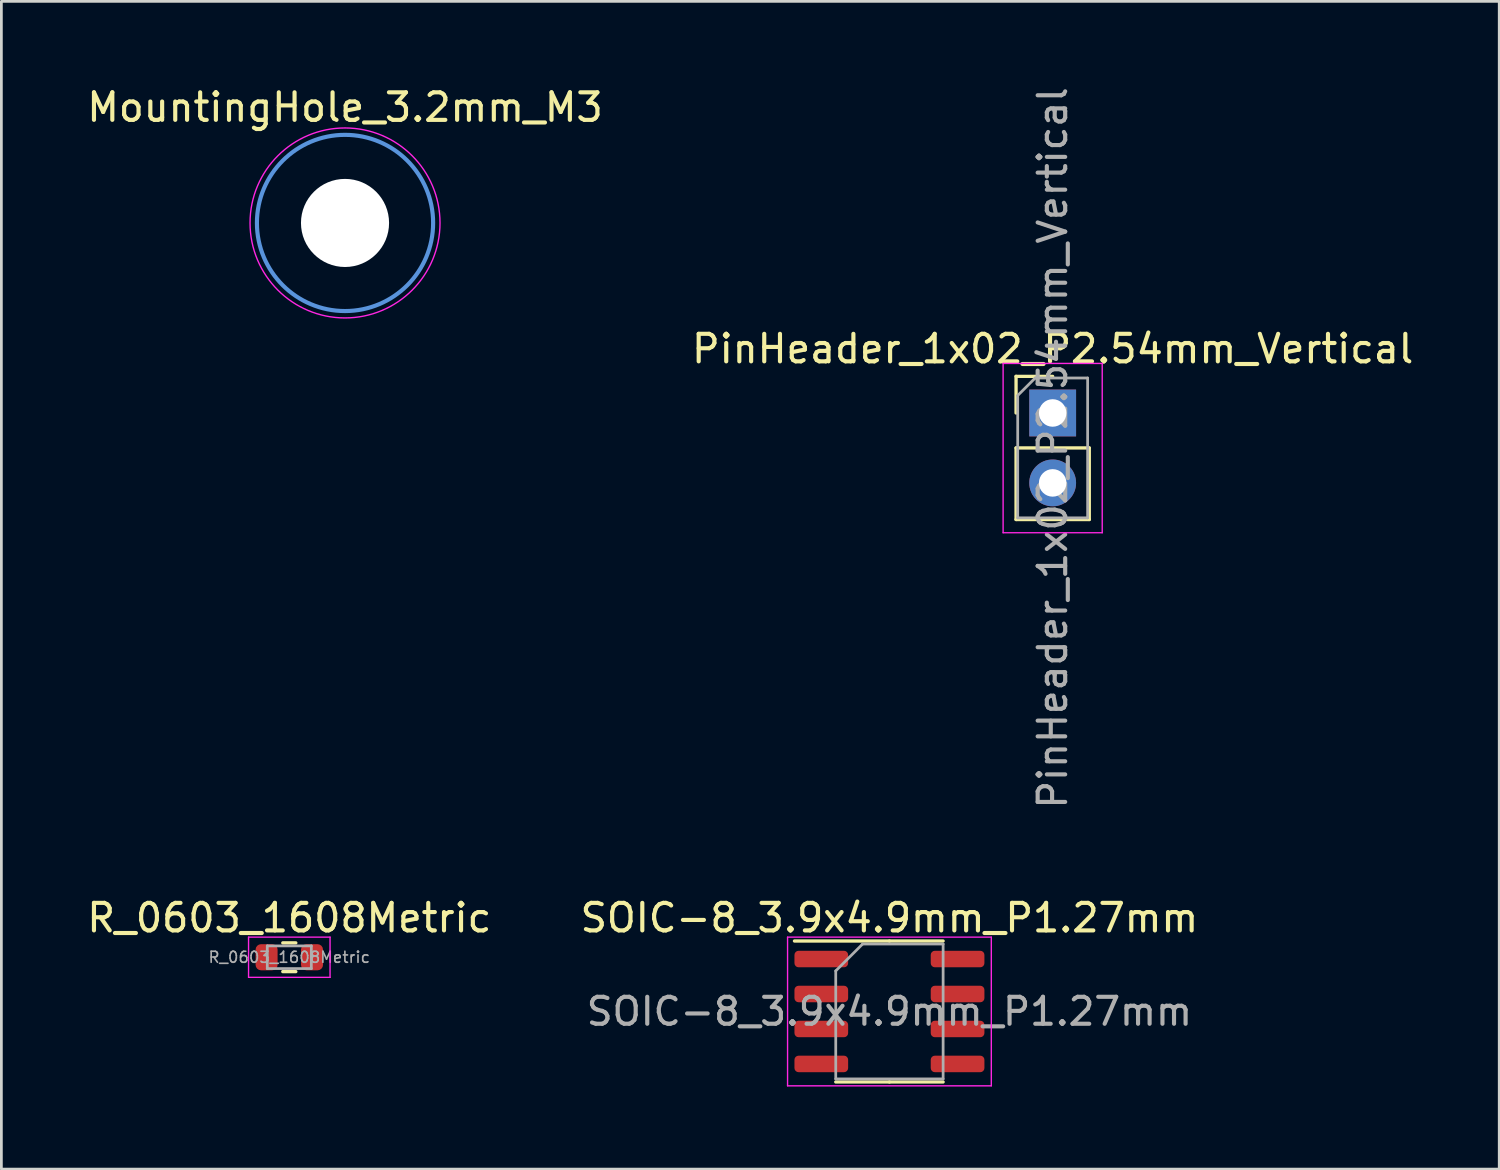
<source format=kicad_pcb>
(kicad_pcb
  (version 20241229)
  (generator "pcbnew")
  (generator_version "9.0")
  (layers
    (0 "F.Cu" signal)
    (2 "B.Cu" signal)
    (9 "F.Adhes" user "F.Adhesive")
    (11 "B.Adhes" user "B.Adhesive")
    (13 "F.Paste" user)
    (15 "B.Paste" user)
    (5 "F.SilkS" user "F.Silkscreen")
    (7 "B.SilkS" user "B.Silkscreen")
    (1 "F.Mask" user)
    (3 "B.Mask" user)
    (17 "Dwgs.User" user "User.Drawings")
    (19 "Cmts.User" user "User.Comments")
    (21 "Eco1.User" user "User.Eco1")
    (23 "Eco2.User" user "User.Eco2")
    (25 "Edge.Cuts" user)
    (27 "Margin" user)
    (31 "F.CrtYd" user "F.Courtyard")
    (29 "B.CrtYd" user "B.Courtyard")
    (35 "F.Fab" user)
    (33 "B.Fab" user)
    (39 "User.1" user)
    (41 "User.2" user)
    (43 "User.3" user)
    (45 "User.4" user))
  (footprint "MountingHole_3.2mm_M3"
    (layer "F.Cu")
    (at 9.482 5.048)
    (property "Reference" "MountingHole_3.2mm_M3" (at 0 -4.2 0) (layer "F.SilkS") (effects (font (size 1 1) (thickness 0.15))))
    (attr exclude_from_pos_files exclude_from_bom)
    (fp_circle (center 0 0) (end 3.2 0) (stroke (width 0.15) (type solid)) (fill no) (layer "Cmts.User"))
    (fp_circle (center 0 0) (end 3.45 0) (stroke (width 0.05) (type solid)) (fill no) (layer "F.CrtYd"))
    (pad "" np_thru_hole circle (at 0 0) (size 3.2 3.2) (drill 3.2) (layers "*.Cu" "*.Mask")))
  (footprint "PinHeader_1x02_P2.54mm_Vertical"
    (layer "F.Cu")
    (at 35.185 11.95)
    (property "Reference" "PinHeader_1x02_P2.54mm_Vertical" (at 0 -2.33 180) (layer "F.SilkS") (effects (font (size 1 1) (thickness 0.15))))
    (attr through_hole)
    (fp_line (start -1.33 -1.33) (end 0 -1.33) (stroke (width 0.12) (type solid)) (layer "F.SilkS"))
    (fp_line (start -1.33 0) (end -1.33 -1.33) (stroke (width 0.12) (type solid)) (layer "F.SilkS"))
    (fp_line (start -1.33 1.27) (end -1.33 3.87) (stroke (width 0.12) (type solid)) (layer "F.SilkS"))
    (fp_line (start -1.33 1.27) (end 1.33 1.27) (stroke (width 0.12) (type solid)) (layer "F.SilkS"))
    (fp_line (start -1.33 3.87) (end 1.33 3.87) (stroke (width 0.12) (type solid)) (layer "F.SilkS"))
    (fp_line (start 1.33 1.27) (end 1.33 3.87) (stroke (width 0.12) (type solid)) (layer "F.SilkS"))
    (fp_line (start -1.8 -1.8) (end -1.8 4.35) (stroke (width 0.05) (type solid)) (layer "F.CrtYd"))
    (fp_line (start -1.8 4.35) (end 1.8 4.35) (stroke (width 0.05) (type solid)) (layer "F.CrtYd"))
    (fp_line (start 1.8 -1.8) (end -1.8 -1.8) (stroke (width 0.05) (type solid)) (layer "F.CrtYd"))
    (fp_line (start 1.8 4.35) (end 1.8 -1.8) (stroke (width 0.05) (type solid)) (layer "F.CrtYd"))
    (fp_line (start -1.27 -0.635) (end -0.635 -1.27) (stroke (width 0.1) (type solid)) (layer "F.Fab"))
    (fp_line (start -1.27 3.81) (end -1.27 -0.635) (stroke (width 0.1) (type solid)) (layer "F.Fab"))
    (fp_line (start -0.635 -1.27) (end 1.27 -1.27) (stroke (width 0.1) (type solid)) (layer "F.Fab"))
    (fp_line (start 1.27 -1.27) (end 1.27 3.81) (stroke (width 0.1) (type solid)) (layer "F.Fab"))
    (fp_line (start 1.27 3.81) (end -1.27 3.81) (stroke (width 0.1) (type solid)) (layer "F.Fab"))
    (fp_text user "${REFERENCE}" (at 0 1.27 270) (layer "F.Fab") (effects (font (size 1 1) (thickness 0.15))))
    (pad "1" thru_hole rect (at 0 0) (size 1.7 1.7) (drill 1) (layers "*.Cu" "*.Mask"))
    (pad "2" thru_hole oval (at 0 2.54) (size 1.7 1.7) (drill 1) (layers "*.Cu" "*.Mask")))
  (footprint "R_0603_1608Metric"
    (layer "F.Cu")
    (at 7.458 31.719)
    (property "Reference" "R_0603_1608Metric" (at 0 -1.43 180) (layer "F.SilkS") (effects (font (size 1 1) (thickness 0.15))))
    (attr smd)
    (fp_line (start -0.237 -0.522) (end 0.237 -0.522) (stroke (width 0.12) (type solid)) (layer "F.SilkS"))
    (fp_line (start -0.237 0.522) (end 0.237 0.522) (stroke (width 0.12) (type solid)) (layer "F.SilkS"))
    (fp_line (start -1.48 -0.73) (end 1.48 -0.73) (stroke (width 0.05) (type solid)) (layer "F.CrtYd"))
    (fp_line (start -1.48 0.73) (end -1.48 -0.73) (stroke (width 0.05) (type solid)) (layer "F.CrtYd"))
    (fp_line (start 1.48 -0.73) (end 1.48 0.73) (stroke (width 0.05) (type solid)) (layer "F.CrtYd"))
    (fp_line (start 1.48 0.73) (end -1.48 0.73) (stroke (width 0.05) (type solid)) (layer "F.CrtYd"))
    (fp_line (start -0.8 -0.412) (end 0.8 -0.412) (stroke (width 0.1) (type solid)) (layer "F.Fab"))
    (fp_line (start -0.8 0.412) (end -0.8 -0.412) (stroke (width 0.1) (type solid)) (layer "F.Fab"))
    (fp_line (start 0.8 -0.412) (end 0.8 0.412) (stroke (width 0.1) (type solid)) (layer "F.Fab"))
    (fp_line (start 0.8 0.412) (end -0.8 0.412) (stroke (width 0.1) (type solid)) (layer "F.Fab"))
    (fp_text user "${REFERENCE}" (at 0 0 180) (layer "F.Fab") (effects (font (size 0.4 0.4) (thickness 0.06))))
    (pad "1" smd roundrect (at -0.825 0) (size 0.8 0.95) (layers "F.Cu" "F.Mask" "F.Paste") (roundrect_rratio 0.25))
    (pad "2" smd roundrect (at 0.825 0) (size 0.8 0.95) (layers "F.Cu" "F.Mask" "F.Paste") (roundrect_rratio 0.25)))
  (footprint "SOIC-8_3.9x4.9mm_P1.27mm"
    (layer "F.Cu")
    (at 29.256 33.689)
    (property "Reference" "SOIC-8_3.9x4.9mm_P1.27mm" (at 0 -3.4 180) (layer "F.SilkS") (effects (font (size 1 1) (thickness 0.15))))
    (attr smd)
    (fp_line (start 0 -2.56) (end -3.45 -2.56) (stroke (width 0.12) (type solid)) (layer "F.SilkS"))
    (fp_line (start 0 -2.56) (end 1.95 -2.56) (stroke (width 0.12) (type solid)) (layer "F.SilkS"))
    (fp_line (start 0 2.56) (end -1.95 2.56) (stroke (width 0.12) (type solid)) (layer "F.SilkS"))
    (fp_line (start 0 2.56) (end 1.95 2.56) (stroke (width 0.12) (type solid)) (layer "F.SilkS"))
    (fp_line (start -3.7 -2.7) (end -3.7 2.7) (stroke (width 0.05) (type solid)) (layer "F.CrtYd"))
    (fp_line (start -3.7 2.7) (end 3.7 2.7) (stroke (width 0.05) (type solid)) (layer "F.CrtYd"))
    (fp_line (start 3.7 -2.7) (end -3.7 -2.7) (stroke (width 0.05) (type solid)) (layer "F.CrtYd"))
    (fp_line (start 3.7 2.7) (end 3.7 -2.7) (stroke (width 0.05) (type solid)) (layer "F.CrtYd"))
    (fp_line (start -1.95 -1.475) (end -0.975 -2.45) (stroke (width 0.1) (type solid)) (layer "F.Fab"))
    (fp_line (start -1.95 2.45) (end -1.95 -1.475) (stroke (width 0.1) (type solid)) (layer "F.Fab"))
    (fp_line (start -0.975 -2.45) (end 1.95 -2.45) (stroke (width 0.1) (type solid)) (layer "F.Fab"))
    (fp_line (start 1.95 -2.45) (end 1.95 2.45) (stroke (width 0.1) (type solid)) (layer "F.Fab"))
    (fp_line (start 1.95 2.45) (end -1.95 2.45) (stroke (width 0.1) (type solid)) (layer "F.Fab"))
    (fp_text user "${REFERENCE}" (at 0 0 180) (layer "F.Fab") (effects (font (size 0.98 0.98) (thickness 0.15))))
    (pad "1" smd roundrect (at -2.475 -1.905) (size 1.95 0.6) (layers "F.Cu" "F.Mask" "F.Paste") (roundrect_rratio 0.25))
    (pad "2" smd roundrect (at -2.475 -0.635) (size 1.95 0.6) (layers "F.Cu" "F.Mask" "F.Paste") (roundrect_rratio 0.25))
    (pad "3" smd roundrect (at -2.475 0.635) (size 1.95 0.6) (layers "F.Cu" "F.Mask" "F.Paste") (roundrect_rratio 0.25))
    (pad "4" smd roundrect (at -2.475 1.905) (size 1.95 0.6) (layers "F.Cu" "F.Mask" "F.Paste") (roundrect_rratio 0.25))
    (pad "5" smd roundrect (at 2.475 1.905) (size 1.95 0.6) (layers "F.Cu" "F.Mask" "F.Paste") (roundrect_rratio 0.25))
    (pad "6" smd roundrect (at 2.475 0.635) (size 1.95 0.6) (layers "F.Cu" "F.Mask" "F.Paste") (roundrect_rratio 0.25))
    (pad "7" smd roundrect (at 2.475 -0.635) (size 1.95 0.6) (layers "F.Cu" "F.Mask" "F.Paste") (roundrect_rratio 0.25))
    (pad "8" smd roundrect (at 2.475 -1.905) (size 1.95 0.6) (layers "F.Cu" "F.Mask" "F.Paste") (roundrect_rratio 0.25)))
  (gr_rect
    (start -3 -3)
    (end 51.405 39.414)
    (stroke (width 0.1) (type default))
    (fill no)
    (layer "Edge.Cuts")))
</source>
